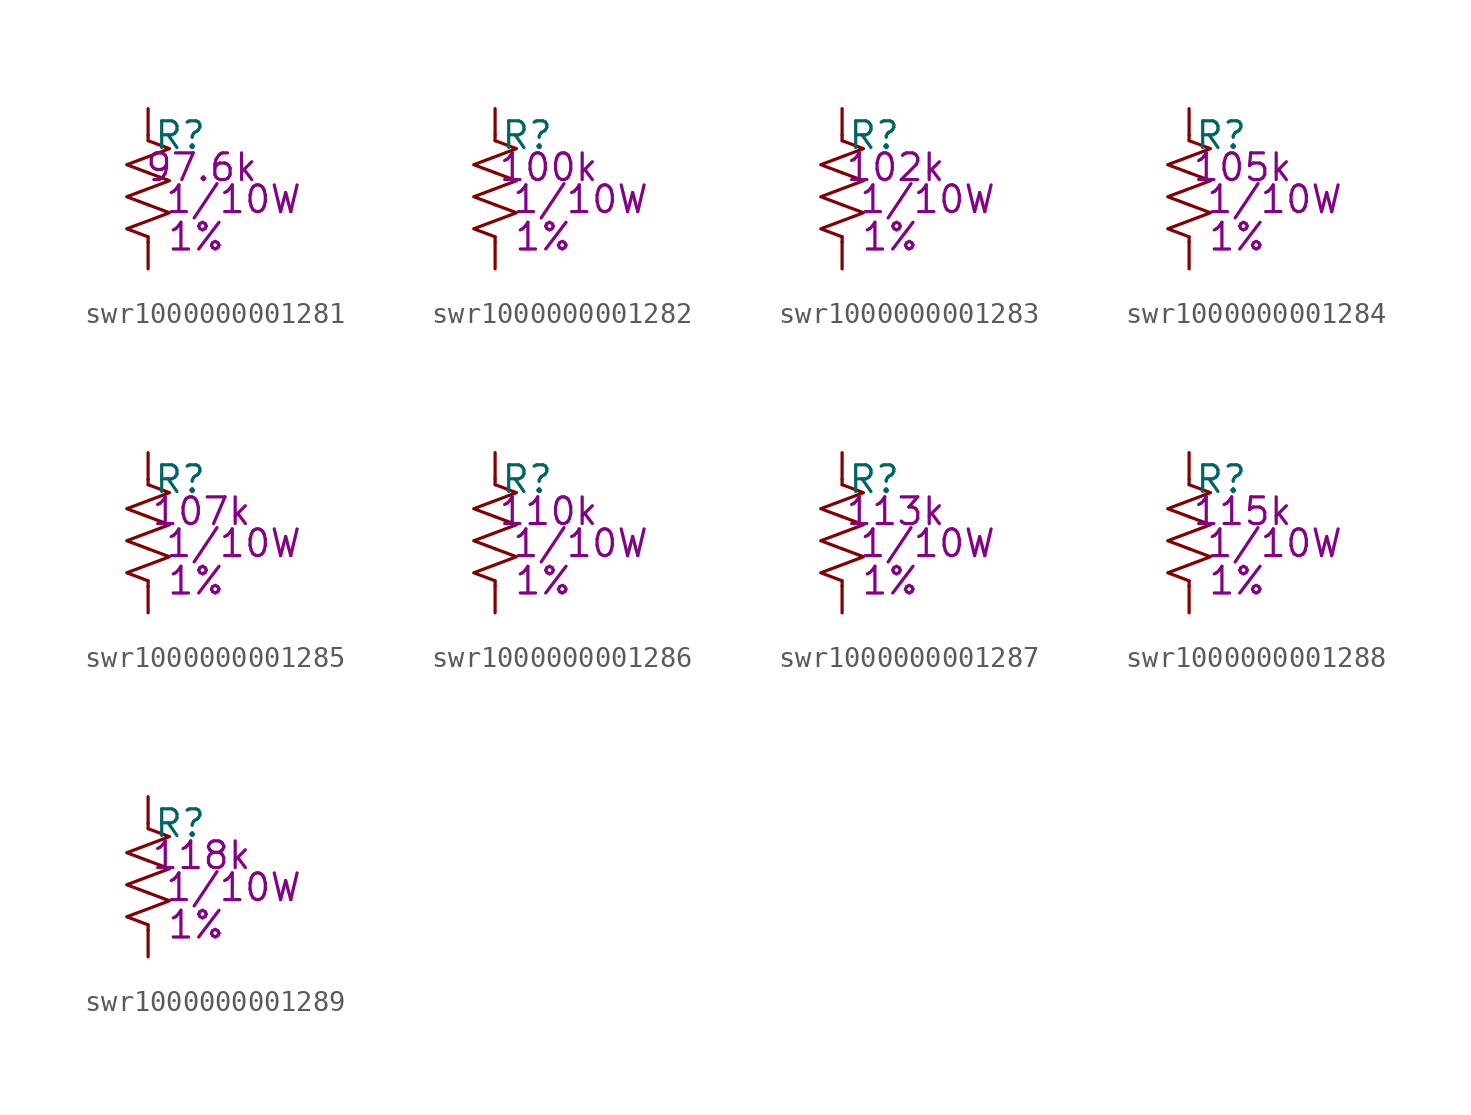
<source format=kicad_sym>
(kicad_symbol_lib
  (version 20211014)
  (generator kicad_symbol_editor)
  (symbol "swr1000000001281"
    (pin_numbers hide)
    (pin_names
      (offset 1.016))
    (property "Reference" "R"
      (at 1.524 2.54 0)
      (effects (font (size 1.27 1.27))))
    (property "PartValue" "97.6k"
      (at 2.54 1.016 0)
      (effects (font (size 1.27 1.27))))
    (property "Tolerance" "1%"
      (at 2.286 -2.286 0)
      (effects (font (size 1.27 1.27))))
    (property "Wattage" "1/10W"
      (at 4.064 -0.508 0)
      (effects (font (size 1.27 1.27))))
    (symbol "swr1000000001281_1_1"
      (polyline (pts (xy 0 -2.286) (xy 0 -2.54)) (stroke (width 0) (type default) (color 0 0 0 0)) (fill (type none)))
      (polyline (pts (xy 0 2.286) (xy 0 2.54)) (stroke (width 0) (type default) (color 0 0 0 0)) (fill (type none)))
      (polyline (pts (xy 0 -0.762) (xy 1.016 -1.143) (xy 0 -1.524) (xy -1.016 -1.905) (xy 0 -2.286)) (stroke (width 0) (type default) (color 0 0 0 0)) (fill (type none)))
      (polyline (pts (xy 0 0.762) (xy 1.016 0.381) (xy 0 0) (xy -1.016 -0.381) (xy 0 -0.762)) (stroke (width 0) (type default) (color 0 0 0 0)) (fill (type none)))
      (polyline (pts (xy 0 2.286) (xy 1.016 1.905) (xy 0 1.524) (xy -1.016 1.143) (xy 0 0.762)) (stroke (width 0) (type default) (color 0 0 0 0)) (fill (type none)))
      (pin passive line (at 0 3.81 270) (length 1.27) (name "~" (effects (font (size 1.27 1.27)))) (number "1" (effects (font (size 1.27 1.27)))))
      (pin passive line (at 0 -3.81 90) (length 1.27) (name "~" (effects (font (size 1.27 1.27)))) (number "2" (effects (font (size 1.27 1.27)))))))
  (symbol "swr1000000001282"
    (pin_numbers hide)
    (pin_names
      (offset 1.016))
    (property "Reference" "R"
      (at 1.524 2.54 0)
      (effects (font (size 1.27 1.27))))
    (property "PartValue" "100k"
      (at 2.54 1.016 0)
      (effects (font (size 1.27 1.27))))
    (property "Tolerance" "1%"
      (at 2.286 -2.286 0)
      (effects (font (size 1.27 1.27))))
    (property "Wattage" "1/10W"
      (at 4.064 -0.508 0)
      (effects (font (size 1.27 1.27))))
    (symbol "swr1000000001282_1_1"
      (polyline (pts (xy 0 -2.286) (xy 0 -2.54)) (stroke (width 0) (type default) (color 0 0 0 0)) (fill (type none)))
      (polyline (pts (xy 0 2.286) (xy 0 2.54)) (stroke (width 0) (type default) (color 0 0 0 0)) (fill (type none)))
      (polyline (pts (xy 0 -0.762) (xy 1.016 -1.143) (xy 0 -1.524) (xy -1.016 -1.905) (xy 0 -2.286)) (stroke (width 0) (type default) (color 0 0 0 0)) (fill (type none)))
      (polyline (pts (xy 0 0.762) (xy 1.016 0.381) (xy 0 0) (xy -1.016 -0.381) (xy 0 -0.762)) (stroke (width 0) (type default) (color 0 0 0 0)) (fill (type none)))
      (polyline (pts (xy 0 2.286) (xy 1.016 1.905) (xy 0 1.524) (xy -1.016 1.143) (xy 0 0.762)) (stroke (width 0) (type default) (color 0 0 0 0)) (fill (type none)))
      (pin passive line (at 0 3.81 270) (length 1.27) (name "~" (effects (font (size 1.27 1.27)))) (number "1" (effects (font (size 1.27 1.27)))))
      (pin passive line (at 0 -3.81 90) (length 1.27) (name "~" (effects (font (size 1.27 1.27)))) (number "2" (effects (font (size 1.27 1.27)))))))
  (symbol "swr1000000001283"
    (pin_numbers hide)
    (pin_names
      (offset 1.016))
    (property "Reference" "R"
      (at 1.524 2.54 0)
      (effects (font (size 1.27 1.27))))
    (property "PartValue" "102k"
      (at 2.54 1.016 0)
      (effects (font (size 1.27 1.27))))
    (property "Tolerance" "1%"
      (at 2.286 -2.286 0)
      (effects (font (size 1.27 1.27))))
    (property "Wattage" "1/10W"
      (at 4.064 -0.508 0)
      (effects (font (size 1.27 1.27))))
    (symbol "swr1000000001283_1_1"
      (polyline (pts (xy 0 -2.286) (xy 0 -2.54)) (stroke (width 0) (type default) (color 0 0 0 0)) (fill (type none)))
      (polyline (pts (xy 0 2.286) (xy 0 2.54)) (stroke (width 0) (type default) (color 0 0 0 0)) (fill (type none)))
      (polyline (pts (xy 0 -0.762) (xy 1.016 -1.143) (xy 0 -1.524) (xy -1.016 -1.905) (xy 0 -2.286)) (stroke (width 0) (type default) (color 0 0 0 0)) (fill (type none)))
      (polyline (pts (xy 0 0.762) (xy 1.016 0.381) (xy 0 0) (xy -1.016 -0.381) (xy 0 -0.762)) (stroke (width 0) (type default) (color 0 0 0 0)) (fill (type none)))
      (polyline (pts (xy 0 2.286) (xy 1.016 1.905) (xy 0 1.524) (xy -1.016 1.143) (xy 0 0.762)) (stroke (width 0) (type default) (color 0 0 0 0)) (fill (type none)))
      (pin passive line (at 0 3.81 270) (length 1.27) (name "~" (effects (font (size 1.27 1.27)))) (number "1" (effects (font (size 1.27 1.27)))))
      (pin passive line (at 0 -3.81 90) (length 1.27) (name "~" (effects (font (size 1.27 1.27)))) (number "2" (effects (font (size 1.27 1.27)))))))
  (symbol "swr1000000001284"
    (pin_numbers hide)
    (pin_names
      (offset 1.016))
    (property "Reference" "R"
      (at 1.524 2.54 0)
      (effects (font (size 1.27 1.27))))
    (property "PartValue" "105k"
      (at 2.54 1.016 0)
      (effects (font (size 1.27 1.27))))
    (property "Tolerance" "1%"
      (at 2.286 -2.286 0)
      (effects (font (size 1.27 1.27))))
    (property "Wattage" "1/10W"
      (at 4.064 -0.508 0)
      (effects (font (size 1.27 1.27))))
    (symbol "swr1000000001284_1_1"
      (polyline (pts (xy 0 -2.286) (xy 0 -2.54)) (stroke (width 0) (type default) (color 0 0 0 0)) (fill (type none)))
      (polyline (pts (xy 0 2.286) (xy 0 2.54)) (stroke (width 0) (type default) (color 0 0 0 0)) (fill (type none)))
      (polyline (pts (xy 0 -0.762) (xy 1.016 -1.143) (xy 0 -1.524) (xy -1.016 -1.905) (xy 0 -2.286)) (stroke (width 0) (type default) (color 0 0 0 0)) (fill (type none)))
      (polyline (pts (xy 0 0.762) (xy 1.016 0.381) (xy 0 0) (xy -1.016 -0.381) (xy 0 -0.762)) (stroke (width 0) (type default) (color 0 0 0 0)) (fill (type none)))
      (polyline (pts (xy 0 2.286) (xy 1.016 1.905) (xy 0 1.524) (xy -1.016 1.143) (xy 0 0.762)) (stroke (width 0) (type default) (color 0 0 0 0)) (fill (type none)))
      (pin passive line (at 0 3.81 270) (length 1.27) (name "~" (effects (font (size 1.27 1.27)))) (number "1" (effects (font (size 1.27 1.27)))))
      (pin passive line (at 0 -3.81 90) (length 1.27) (name "~" (effects (font (size 1.27 1.27)))) (number "2" (effects (font (size 1.27 1.27)))))))
  (symbol "swr1000000001285"
    (pin_numbers hide)
    (pin_names
      (offset 1.016))
    (property "Reference" "R"
      (at 1.524 2.54 0)
      (effects (font (size 1.27 1.27))))
    (property "PartValue" "107k"
      (at 2.54 1.016 0)
      (effects (font (size 1.27 1.27))))
    (property "Tolerance" "1%"
      (at 2.286 -2.286 0)
      (effects (font (size 1.27 1.27))))
    (property "Wattage" "1/10W"
      (at 4.064 -0.508 0)
      (effects (font (size 1.27 1.27))))
    (symbol "swr1000000001285_1_1"
      (polyline (pts (xy 0 -2.286) (xy 0 -2.54)) (stroke (width 0) (type default) (color 0 0 0 0)) (fill (type none)))
      (polyline (pts (xy 0 2.286) (xy 0 2.54)) (stroke (width 0) (type default) (color 0 0 0 0)) (fill (type none)))
      (polyline (pts (xy 0 -0.762) (xy 1.016 -1.143) (xy 0 -1.524) (xy -1.016 -1.905) (xy 0 -2.286)) (stroke (width 0) (type default) (color 0 0 0 0)) (fill (type none)))
      (polyline (pts (xy 0 0.762) (xy 1.016 0.381) (xy 0 0) (xy -1.016 -0.381) (xy 0 -0.762)) (stroke (width 0) (type default) (color 0 0 0 0)) (fill (type none)))
      (polyline (pts (xy 0 2.286) (xy 1.016 1.905) (xy 0 1.524) (xy -1.016 1.143) (xy 0 0.762)) (stroke (width 0) (type default) (color 0 0 0 0)) (fill (type none)))
      (pin passive line (at 0 3.81 270) (length 1.27) (name "~" (effects (font (size 1.27 1.27)))) (number "1" (effects (font (size 1.27 1.27)))))
      (pin passive line (at 0 -3.81 90) (length 1.27) (name "~" (effects (font (size 1.27 1.27)))) (number "2" (effects (font (size 1.27 1.27)))))))
  (symbol "swr1000000001286"
    (pin_numbers hide)
    (pin_names
      (offset 1.016))
    (property "Reference" "R"
      (at 1.524 2.54 0)
      (effects (font (size 1.27 1.27))))
    (property "PartValue" "110k"
      (at 2.54 1.016 0)
      (effects (font (size 1.27 1.27))))
    (property "Tolerance" "1%"
      (at 2.286 -2.286 0)
      (effects (font (size 1.27 1.27))))
    (property "Wattage" "1/10W"
      (at 4.064 -0.508 0)
      (effects (font (size 1.27 1.27))))
    (symbol "swr1000000001286_1_1"
      (polyline (pts (xy 0 -2.286) (xy 0 -2.54)) (stroke (width 0) (type default) (color 0 0 0 0)) (fill (type none)))
      (polyline (pts (xy 0 2.286) (xy 0 2.54)) (stroke (width 0) (type default) (color 0 0 0 0)) (fill (type none)))
      (polyline (pts (xy 0 -0.762) (xy 1.016 -1.143) (xy 0 -1.524) (xy -1.016 -1.905) (xy 0 -2.286)) (stroke (width 0) (type default) (color 0 0 0 0)) (fill (type none)))
      (polyline (pts (xy 0 0.762) (xy 1.016 0.381) (xy 0 0) (xy -1.016 -0.381) (xy 0 -0.762)) (stroke (width 0) (type default) (color 0 0 0 0)) (fill (type none)))
      (polyline (pts (xy 0 2.286) (xy 1.016 1.905) (xy 0 1.524) (xy -1.016 1.143) (xy 0 0.762)) (stroke (width 0) (type default) (color 0 0 0 0)) (fill (type none)))
      (pin passive line (at 0 3.81 270) (length 1.27) (name "~" (effects (font (size 1.27 1.27)))) (number "1" (effects (font (size 1.27 1.27)))))
      (pin passive line (at 0 -3.81 90) (length 1.27) (name "~" (effects (font (size 1.27 1.27)))) (number "2" (effects (font (size 1.27 1.27)))))))
  (symbol "swr1000000001287"
    (pin_numbers hide)
    (pin_names
      (offset 1.016))
    (property "Reference" "R"
      (at 1.524 2.54 0)
      (effects (font (size 1.27 1.27))))
    (property "PartValue" "113k"
      (at 2.54 1.016 0)
      (effects (font (size 1.27 1.27))))
    (property "Tolerance" "1%"
      (at 2.286 -2.286 0)
      (effects (font (size 1.27 1.27))))
    (property "Wattage" "1/10W"
      (at 4.064 -0.508 0)
      (effects (font (size 1.27 1.27))))
    (symbol "swr1000000001287_1_1"
      (polyline (pts (xy 0 -2.286) (xy 0 -2.54)) (stroke (width 0) (type default) (color 0 0 0 0)) (fill (type none)))
      (polyline (pts (xy 0 2.286) (xy 0 2.54)) (stroke (width 0) (type default) (color 0 0 0 0)) (fill (type none)))
      (polyline (pts (xy 0 -0.762) (xy 1.016 -1.143) (xy 0 -1.524) (xy -1.016 -1.905) (xy 0 -2.286)) (stroke (width 0) (type default) (color 0 0 0 0)) (fill (type none)))
      (polyline (pts (xy 0 0.762) (xy 1.016 0.381) (xy 0 0) (xy -1.016 -0.381) (xy 0 -0.762)) (stroke (width 0) (type default) (color 0 0 0 0)) (fill (type none)))
      (polyline (pts (xy 0 2.286) (xy 1.016 1.905) (xy 0 1.524) (xy -1.016 1.143) (xy 0 0.762)) (stroke (width 0) (type default) (color 0 0 0 0)) (fill (type none)))
      (pin passive line (at 0 3.81 270) (length 1.27) (name "~" (effects (font (size 1.27 1.27)))) (number "1" (effects (font (size 1.27 1.27)))))
      (pin passive line (at 0 -3.81 90) (length 1.27) (name "~" (effects (font (size 1.27 1.27)))) (number "2" (effects (font (size 1.27 1.27)))))))
  (symbol "swr1000000001288"
    (pin_numbers hide)
    (pin_names
      (offset 1.016))
    (property "Reference" "R"
      (at 1.524 2.54 0)
      (effects (font (size 1.27 1.27))))
    (property "PartValue" "115k"
      (at 2.54 1.016 0)
      (effects (font (size 1.27 1.27))))
    (property "Tolerance" "1%"
      (at 2.286 -2.286 0)
      (effects (font (size 1.27 1.27))))
    (property "Wattage" "1/10W"
      (at 4.064 -0.508 0)
      (effects (font (size 1.27 1.27))))
    (symbol "swr1000000001288_1_1"
      (polyline (pts (xy 0 -2.286) (xy 0 -2.54)) (stroke (width 0) (type default) (color 0 0 0 0)) (fill (type none)))
      (polyline (pts (xy 0 2.286) (xy 0 2.54)) (stroke (width 0) (type default) (color 0 0 0 0)) (fill (type none)))
      (polyline (pts (xy 0 -0.762) (xy 1.016 -1.143) (xy 0 -1.524) (xy -1.016 -1.905) (xy 0 -2.286)) (stroke (width 0) (type default) (color 0 0 0 0)) (fill (type none)))
      (polyline (pts (xy 0 0.762) (xy 1.016 0.381) (xy 0 0) (xy -1.016 -0.381) (xy 0 -0.762)) (stroke (width 0) (type default) (color 0 0 0 0)) (fill (type none)))
      (polyline (pts (xy 0 2.286) (xy 1.016 1.905) (xy 0 1.524) (xy -1.016 1.143) (xy 0 0.762)) (stroke (width 0) (type default) (color 0 0 0 0)) (fill (type none)))
      (pin passive line (at 0 3.81 270) (length 1.27) (name "~" (effects (font (size 1.27 1.27)))) (number "1" (effects (font (size 1.27 1.27)))))
      (pin passive line (at 0 -3.81 90) (length 1.27) (name "~" (effects (font (size 1.27 1.27)))) (number "2" (effects (font (size 1.27 1.27)))))))
  (symbol "swr1000000001289"
    (pin_numbers hide)
    (pin_names
      (offset 1.016))
    (property "Reference" "R"
      (at 1.524 2.54 0)
      (effects (font (size 1.27 1.27))))
    (property "PartValue" "118k"
      (at 2.54 1.016 0)
      (effects (font (size 1.27 1.27))))
    (property "Tolerance" "1%"
      (at 2.286 -2.286 0)
      (effects (font (size 1.27 1.27))))
    (property "Wattage" "1/10W"
      (at 4.064 -0.508 0)
      (effects (font (size 1.27 1.27))))
    (symbol "swr1000000001289_1_1"
      (polyline (pts (xy 0 -2.286) (xy 0 -2.54)) (stroke (width 0) (type default) (color 0 0 0 0)) (fill (type none)))
      (polyline (pts (xy 0 2.286) (xy 0 2.54)) (stroke (width 0) (type default) (color 0 0 0 0)) (fill (type none)))
      (polyline (pts (xy 0 -0.762) (xy 1.016 -1.143) (xy 0 -1.524) (xy -1.016 -1.905) (xy 0 -2.286)) (stroke (width 0) (type default) (color 0 0 0 0)) (fill (type none)))
      (polyline (pts (xy 0 0.762) (xy 1.016 0.381) (xy 0 0) (xy -1.016 -0.381) (xy 0 -0.762)) (stroke (width 0) (type default) (color 0 0 0 0)) (fill (type none)))
      (polyline (pts (xy 0 2.286) (xy 1.016 1.905) (xy 0 1.524) (xy -1.016 1.143) (xy 0 0.762)) (stroke (width 0) (type default) (color 0 0 0 0)) (fill (type none)))
      (pin passive line (at 0 3.81 270) (length 1.27) (name "~" (effects (font (size 1.27 1.27)))) (number "1" (effects (font (size 1.27 1.27)))))
      (pin passive line (at 0 -3.81 90) (length 1.27) (name "~" (effects (font (size 1.27 1.27)))) (number "2" (effects (font (size 1.27 1.27))))))))
</source>
